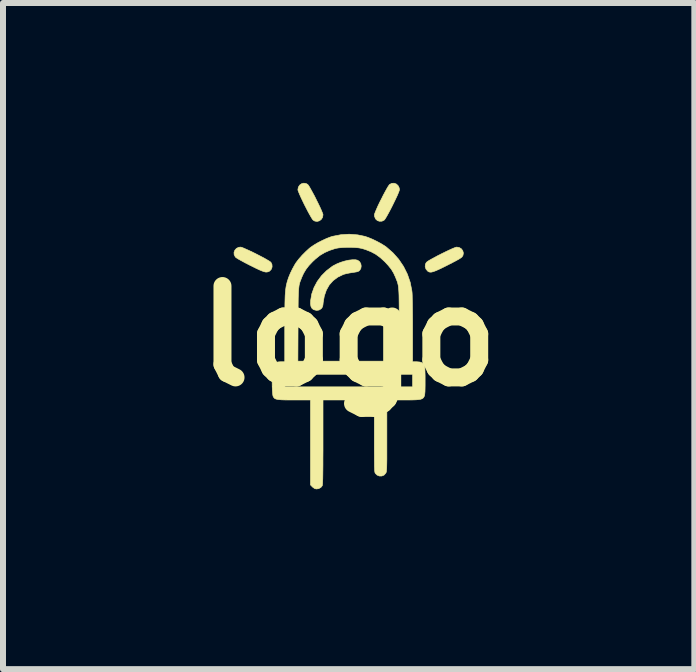
<source format=kicad_pcb>
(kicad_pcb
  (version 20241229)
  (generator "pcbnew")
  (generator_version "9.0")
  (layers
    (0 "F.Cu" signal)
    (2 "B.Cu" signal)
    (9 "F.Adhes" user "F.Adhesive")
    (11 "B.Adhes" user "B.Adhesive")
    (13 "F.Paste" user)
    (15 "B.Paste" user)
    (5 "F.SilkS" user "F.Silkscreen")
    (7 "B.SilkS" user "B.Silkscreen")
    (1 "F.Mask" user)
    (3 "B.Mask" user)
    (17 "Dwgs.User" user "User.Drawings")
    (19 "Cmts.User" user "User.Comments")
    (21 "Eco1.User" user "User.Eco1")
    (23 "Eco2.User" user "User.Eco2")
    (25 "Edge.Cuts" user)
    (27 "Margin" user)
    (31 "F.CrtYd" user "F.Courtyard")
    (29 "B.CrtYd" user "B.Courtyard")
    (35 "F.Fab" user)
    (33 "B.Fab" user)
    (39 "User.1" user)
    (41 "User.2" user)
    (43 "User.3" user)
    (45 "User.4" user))
  (footprint "logo"
    (layer "F.Cu")
    (at 2.765 2.555)
    (property "Reference" "logo" (at 0 0 0) (layer "F.SilkS") (effects (font (size 1.524 1.524) (thickness 0.3))))
    (attr through_hole)
    (fp_poly (pts (xy -0.71 -2.544) (xy -0.683 -2.529) (xy -0.67 -2.513) (xy -0.651 -2.483) (xy -0.627 -2.44) (xy -0.599 -2.389) (xy -0.568 -2.332) (xy -0.538 -2.271) (xy -0.508 -2.211) (xy -0.481 -2.155) (xy -0.458 -2.104) (xy -0.441 -2.063) (xy -0.43 -2.034) (xy -0.428 -2.023) (xy -0.436 -1.979) (xy -0.458 -1.945) (xy -0.489 -1.922) (xy -0.526 -1.912) (xy -0.565 -1.918) (xy -0.592 -1.934) (xy -0.605 -1.949) (xy -0.624 -1.98) (xy -0.649 -2.023) (xy -0.677 -2.074) (xy -0.707 -2.132) (xy -0.738 -2.192) (xy -0.767 -2.252) (xy -0.794 -2.309) (xy -0.817 -2.36) (xy -0.834 -2.401) (xy -0.845 -2.43) (xy -0.847 -2.441) (xy -0.839 -2.484) (xy -0.817 -2.518) (xy -0.785 -2.541) (xy -0.748 -2.55) (xy -0.71 -2.544)) (stroke (width 0.01) (type solid)) (fill yes) (layer "F.SilkS"))
    (fp_poly (pts (xy 0.795 -2.536) (xy 0.824 -2.509) (xy 0.842 -2.473) (xy 0.847 -2.441) (xy 0.842 -2.422) (xy 0.829 -2.388) (xy 0.81 -2.343) (xy 0.785 -2.29) (xy 0.757 -2.232) (xy 0.727 -2.171) (xy 0.697 -2.112) (xy 0.667 -2.056) (xy 0.64 -2.007) (xy 0.617 -1.968) (xy 0.6 -1.942) (xy 0.592 -1.934) (xy 0.555 -1.916) (xy 0.513 -1.915) (xy 0.479 -1.926) (xy 0.449 -1.954) (xy 0.432 -1.994) (xy 0.429 -2.02) (xy 0.433 -2.039) (xy 0.446 -2.073) (xy 0.465 -2.118) (xy 0.489 -2.172) (xy 0.517 -2.231) (xy 0.548 -2.291) (xy 0.578 -2.351) (xy 0.608 -2.407) (xy 0.635 -2.456) (xy 0.658 -2.495) (xy 0.676 -2.521) (xy 0.683 -2.529) (xy 0.721 -2.548) (xy 0.759 -2.549) (xy 0.795 -2.536)) (stroke (width 0.01) (type solid)) (fill yes) (layer "F.SilkS"))
    (fp_poly (pts (xy 1.846 -1.476) (xy 1.881 -1.454) (xy 1.903 -1.423) (xy 1.913 -1.386) (xy 1.907 -1.347) (xy 1.891 -1.321) (xy 1.875 -1.307) (xy 1.841 -1.285) (xy 1.791 -1.257) (xy 1.726 -1.223) (xy 1.648 -1.183) (xy 1.642 -1.18) (xy 1.564 -1.141) (xy 1.501 -1.111) (xy 1.451 -1.089) (xy 1.412 -1.075) (xy 1.382 -1.067) (xy 1.359 -1.066) (xy 1.34 -1.07) (xy 1.323 -1.08) (xy 1.318 -1.083) (xy 1.289 -1.118) (xy 1.276 -1.158) (xy 1.28 -1.199) (xy 1.296 -1.229) (xy 1.312 -1.242) (xy 1.342 -1.262) (xy 1.385 -1.286) (xy 1.437 -1.314) (xy 1.494 -1.345) (xy 1.554 -1.375) (xy 1.615 -1.405) (xy 1.672 -1.432) (xy 1.722 -1.455) (xy 1.763 -1.472) (xy 1.792 -1.482) (xy 1.803 -1.484) (xy 1.846 -1.476)) (stroke (width 0.01) (type solid)) (fill yes) (layer "F.SilkS"))
    (fp_poly (pts (xy -1.784 -1.48) (xy -1.751 -1.467) (xy -1.706 -1.447) (xy -1.653 -1.423) (xy -1.594 -1.395) (xy -1.534 -1.365) (xy -1.474 -1.334) (xy -1.418 -1.305) (xy -1.369 -1.277) (xy -1.33 -1.254) (xy -1.305 -1.237) (xy -1.296 -1.229) (xy -1.279 -1.193) (xy -1.277 -1.153) (xy -1.29 -1.115) (xy -1.316 -1.086) (xy -1.326 -1.08) (xy -1.345 -1.072) (xy -1.364 -1.068) (xy -1.386 -1.068) (xy -1.414 -1.075) (xy -1.448 -1.087) (xy -1.493 -1.106) (xy -1.55 -1.133) (xy -1.622 -1.169) (xy -1.645 -1.18) (xy -1.723 -1.22) (xy -1.787 -1.255) (xy -1.838 -1.283) (xy -1.873 -1.305) (xy -1.891 -1.32) (xy -1.891 -1.321) (xy -1.91 -1.358) (xy -1.912 -1.397) (xy -1.898 -1.432) (xy -1.872 -1.462) (xy -1.835 -1.48) (xy -1.803 -1.484) (xy -1.784 -1.48)) (stroke (width 0.01) (type solid)) (fill yes) (layer "F.SilkS"))
    (fp_poly (pts (xy 0.114 -1.273) (xy 0.149 -1.265) (xy 0.181 -1.242) (xy 0.202 -1.208) (xy 0.209 -1.168) (xy 0.203 -1.128) (xy 0.186 -1.1) (xy 0.173 -1.087) (xy 0.157 -1.078) (xy 0.133 -1.071) (xy 0.097 -1.065) (xy 0.064 -1.06) (xy 0.014 -1.052) (xy -0.036 -1.042) (xy -0.078 -1.031) (xy -0.092 -1.026) (xy -0.183 -0.982) (xy -0.26 -0.924) (xy -0.324 -0.852) (xy -0.372 -0.767) (xy -0.406 -0.669) (xy -0.425 -0.56) (xy -0.425 -0.56) (xy -0.429 -0.518) (xy -0.436 -0.491) (xy -0.446 -0.471) (xy -0.459 -0.456) (xy -0.494 -0.434) (xy -0.536 -0.428) (xy -0.579 -0.439) (xy -0.589 -0.443) (xy -0.614 -0.465) (xy -0.63 -0.497) (xy -0.636 -0.542) (xy -0.634 -0.595) (xy -0.615 -0.704) (xy -0.577 -0.811) (xy -0.523 -0.912) (xy -0.453 -1.006) (xy -0.369 -1.09) (xy -0.273 -1.163) (xy -0.255 -1.174) (xy -0.197 -1.204) (xy -0.133 -1.23) (xy -0.065 -1.251) (xy 0.002 -1.266) (xy 0.063 -1.273) (xy 0.114 -1.273)) (stroke (width 0.01) (type solid)) (fill yes) (layer "F.SilkS"))
    (fp_poly (pts (xy 0.15 -1.688) (xy 0.271 -1.663) (xy 0.329 -1.643) (xy 0.397 -1.615) (xy 0.469 -1.58) (xy 0.538 -1.543) (xy 0.598 -1.506) (xy 0.628 -1.485) (xy 0.738 -1.389) (xy 0.834 -1.281) (xy 0.915 -1.161) (xy 0.979 -1.033) (xy 1.026 -0.897) (xy 1.054 -0.756) (xy 1.055 -0.747) (xy 1.058 -0.72) (xy 1.06 -0.674) (xy 1.061 -0.612) (xy 1.063 -0.536) (xy 1.064 -0.447) (xy 1.065 -0.349) (xy 1.066 -0.241) (xy 1.066 -0.127) (xy 1.066 -0.117) (xy 1.066 0.428) (xy 1.131 0.428) (xy 1.188 0.433) (xy 1.229 0.447) (xy 1.256 0.47) (xy 1.263 0.483) (xy 1.268 0.502) (xy 1.271 0.539) (xy 1.273 0.593) (xy 1.275 0.665) (xy 1.275 0.743) (xy 1.275 0.821) (xy 1.274 0.881) (xy 1.273 0.926) (xy 1.27 0.959) (xy 1.267 0.983) (xy 1.263 0.999) (xy 1.259 1.007) (xy 1.25 1.024) (xy 1.238 1.036) (xy 1.222 1.046) (xy 1.199 1.054) (xy 1.168 1.059) (xy 1.125 1.063) (xy 1.07 1.065) (xy 0.999 1.066) (xy 0.91 1.066) (xy 0.637 1.066) (xy 0.637 1.661) (xy 0.637 1.785) (xy 0.637 1.891) (xy 0.637 1.979) (xy 0.637 2.053) (xy 0.636 2.113) (xy 0.635 2.161) (xy 0.634 2.198) (xy 0.632 2.227) (xy 0.63 2.248) (xy 0.628 2.263) (xy 0.625 2.274) (xy 0.621 2.282) (xy 0.618 2.287) (xy 0.589 2.319) (xy 0.552 2.334) (xy 0.512 2.334) (xy 0.474 2.318) (xy 0.448 2.293) (xy 0.444 2.288) (xy 0.44 2.28) (xy 0.437 2.27) (xy 0.435 2.256) (xy 0.433 2.235) (xy 0.432 2.207) (xy 0.43 2.17) (xy 0.43 2.123) (xy 0.429 2.063) (xy 0.429 1.989) (xy 0.428 1.9) (xy 0.428 1.795) (xy 0.428 1.671) (xy 0.428 1.066) (xy -0.428 1.066) (xy -0.428 1.768) (xy -0.428 1.913) (xy -0.429 2.04) (xy -0.429 2.149) (xy -0.43 2.241) (xy -0.431 2.318) (xy -0.432 2.379) (xy -0.434 2.426) (xy -0.435 2.461) (xy -0.438 2.483) (xy -0.44 2.495) (xy -0.44 2.495) (xy -0.463 2.524) (xy -0.499 2.544) (xy -0.538 2.55) (xy -0.568 2.543) (xy -0.598 2.521) (xy -0.604 2.516) (xy -0.637 2.482) (xy -0.637 1.066) (xy -0.907 1.066) (xy -0.996 1.066) (xy -1.068 1.065) (xy -1.124 1.063) (xy -1.167 1.059) (xy -1.198 1.054) (xy -1.221 1.047) (xy -1.238 1.037) (xy -1.249 1.024) (xy -1.259 1.008) (xy -1.259 1.007) (xy -1.265 0.986) (xy -1.269 0.949) (xy -1.273 0.899) (xy -1.275 0.841) (xy -1.276 0.776) (xy -1.276 0.71) (xy -1.275 0.646) (xy -1.275 0.637) (xy -1.066 0.637) (xy -1.066 0.847) (xy 1.066 0.847) (xy 1.066 0.637) (xy -1.066 0.637) (xy -1.275 0.637) (xy -1.273 0.587) (xy -1.27 0.538) (xy -1.266 0.5) (xy -1.261 0.48) (xy -1.261 0.48) (xy -1.24 0.454) (xy -1.21 0.437) (xy -1.165 0.43) (xy -1.13 0.428) (xy -1.066 0.428) (xy -1.066 0.418) (xy -0.847 0.418) (xy 0.848 0.418) (xy 0.844 -0.192) (xy 0.844 -0.32) (xy 0.843 -0.431) (xy 0.842 -0.524) (xy 0.841 -0.603) (xy 0.84 -0.67) (xy 0.838 -0.724) (xy 0.835 -0.77) (xy 0.832 -0.807) (xy 0.828 -0.839) (xy 0.822 -0.866) (xy 0.816 -0.891) (xy 0.808 -0.915) (xy 0.798 -0.939) (xy 0.787 -0.967) (xy 0.783 -0.978) (xy 0.75 -1.05) (xy 0.711 -1.115) (xy 0.661 -1.177) (xy 0.603 -1.24) (xy 0.527 -1.309) (xy 0.452 -1.364) (xy 0.372 -1.407) (xy 0.281 -1.443) (xy 0.218 -1.462) (xy 0.171 -1.471) (xy 0.11 -1.477) (xy 0.041 -1.48) (xy -0.032 -1.48) (xy -0.102 -1.477) (xy -0.165 -1.471) (xy -0.213 -1.463) (xy -0.218 -1.462) (xy -0.318 -1.429) (xy -0.404 -1.391) (xy -0.482 -1.344) (xy -0.556 -1.284) (xy -0.603 -1.24) (xy -0.665 -1.174) (xy -0.713 -1.111) (xy -0.752 -1.046) (xy -0.783 -0.978) (xy -0.794 -0.949) (xy -0.804 -0.924) (xy -0.813 -0.9) (xy -0.82 -0.876) (xy -0.826 -0.85) (xy -0.83 -0.82) (xy -0.834 -0.785) (xy -0.837 -0.743) (xy -0.839 -0.693) (xy -0.841 -0.631) (xy -0.842 -0.558) (xy -0.843 -0.47) (xy -0.843 -0.367) (xy -0.844 -0.246) (xy -0.844 -0.192) (xy -0.847 0.418) (xy -1.066 0.418) (xy -1.066 -0.117) (xy -1.066 -0.25) (xy -1.065 -0.364) (xy -1.064 -0.462) (xy -1.063 -0.546) (xy -1.061 -0.617) (xy -1.059 -0.677) (xy -1.055 -0.728) (xy -1.051 -0.772) (xy -1.046 -0.81) (xy -1.04 -0.845) (xy -1.032 -0.878) (xy -1.025 -0.906) (xy -1.003 -0.974) (xy -0.972 -1.049) (xy -0.935 -1.125) (xy -0.896 -1.195) (xy -0.877 -1.225) (xy -0.832 -1.284) (xy -0.776 -1.348) (xy -0.714 -1.41) (xy -0.654 -1.465) (xy -0.628 -1.485) (xy -0.576 -1.52) (xy -0.512 -1.558) (xy -0.441 -1.594) (xy -0.37 -1.627) (xy -0.305 -1.652) (xy -0.271 -1.663) (xy -0.132 -1.69) (xy 0.009 -1.699) (xy 0.15 -1.688)) (stroke (width 0.01) (type solid)) (fill yes) (layer "F.SilkS")))
  (gr_rect
    (start -3 -3)
    (end 8.53 8.11)
    (stroke (width 0.1) (type default))
    (fill no)
    (layer "Edge.Cuts")))
</source>
